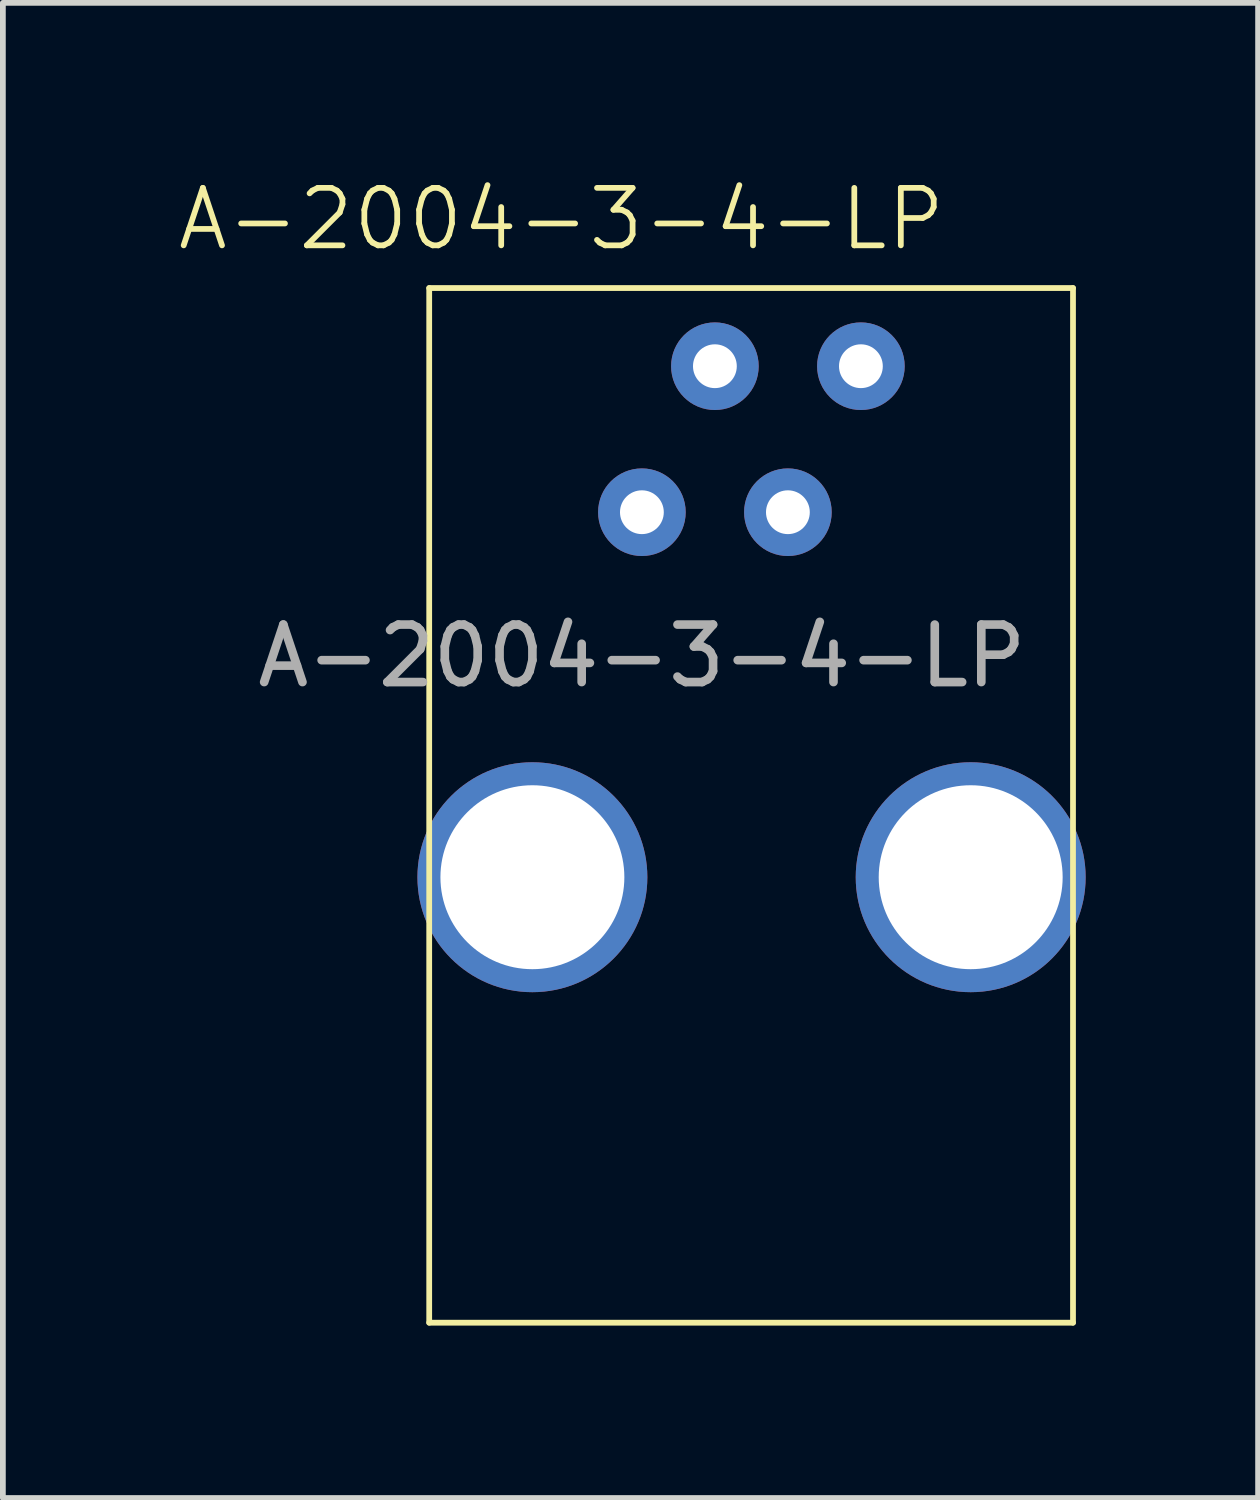
<source format=kicad_pcb>
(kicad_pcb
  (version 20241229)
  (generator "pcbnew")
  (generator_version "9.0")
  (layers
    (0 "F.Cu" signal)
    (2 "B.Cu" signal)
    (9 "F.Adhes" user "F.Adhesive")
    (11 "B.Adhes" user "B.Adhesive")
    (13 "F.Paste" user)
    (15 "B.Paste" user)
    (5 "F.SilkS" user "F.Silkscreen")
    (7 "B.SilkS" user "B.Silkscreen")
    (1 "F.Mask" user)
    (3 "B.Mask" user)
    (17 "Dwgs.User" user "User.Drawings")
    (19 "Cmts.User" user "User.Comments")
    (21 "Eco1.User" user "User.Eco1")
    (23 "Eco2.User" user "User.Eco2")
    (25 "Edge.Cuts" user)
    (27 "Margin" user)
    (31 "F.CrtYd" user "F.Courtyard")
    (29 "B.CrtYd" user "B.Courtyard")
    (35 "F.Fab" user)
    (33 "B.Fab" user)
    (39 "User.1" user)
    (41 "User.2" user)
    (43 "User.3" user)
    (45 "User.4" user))
  (footprint "A-2004-3-4-LP"
    (layer "F.Cu")
    (at 8.117 5.861)
    (property "Reference" "A-2004-3-4-LP" (at -1.4 -5.1 0) (unlocked yes) (layer "F.SilkS") (effects (font (size 1 1) (thickness 0.1))))
    (attr through_hole)
    (fp_line (start -3.7 -3.9) (end 7.5 -3.9) (stroke (width 0.1) (type default)) (layer "F.SilkS"))
    (fp_line (start -3.7 14.1) (end -3.7 -3.9) (stroke (width 0.1) (type default)) (layer "F.SilkS"))
    (fp_line (start 7.5 -3.9) (end 7.5 14.1) (stroke (width 0.1) (type default)) (layer "F.SilkS"))
    (fp_line (start 7.5 14.1) (end -3.7 14.1) (stroke (width 0.1) (type default)) (layer "F.SilkS"))
    (fp_text user "${REFERENCE}" (at 0 2.5 0) (unlocked yes) (layer "F.Fab") (effects (font (size 1 1) (thickness 0.15))))
    (pad "1" thru_hole circle (at 0 0) (size 1.524 1.524) (drill 0.762) (layers "*.Cu" "*.Mask"))
    (pad "2" thru_hole circle (at 1.27 -2.54) (size 1.524 1.524) (drill 0.762) (layers "*.Cu" "*.Mask"))
    (pad "3" thru_hole circle (at 2.54 0) (size 1.524 1.524) (drill 0.762) (layers "*.Cu" "*.Mask"))
    (pad "4" thru_hole circle (at 3.81 -2.54) (size 1.524 1.524) (drill 0.762) (layers "*.Cu" "*.Mask"))
    (pad "5" thru_hole circle (at -1.905 6.35) (size 4 4) (drill 3.2) (layers "*.Cu" "*.Mask"))
    (pad "6" thru_hole circle (at 5.72 6.35) (size 4 4) (drill 3.2) (layers "*.Cu" "*.Mask")))
  (gr_rect
    (start -3 -3)
    (end 18.837 23.011)
    (stroke (width 0.1) (type default))
    (fill no)
    (layer "Edge.Cuts")))
</source>
